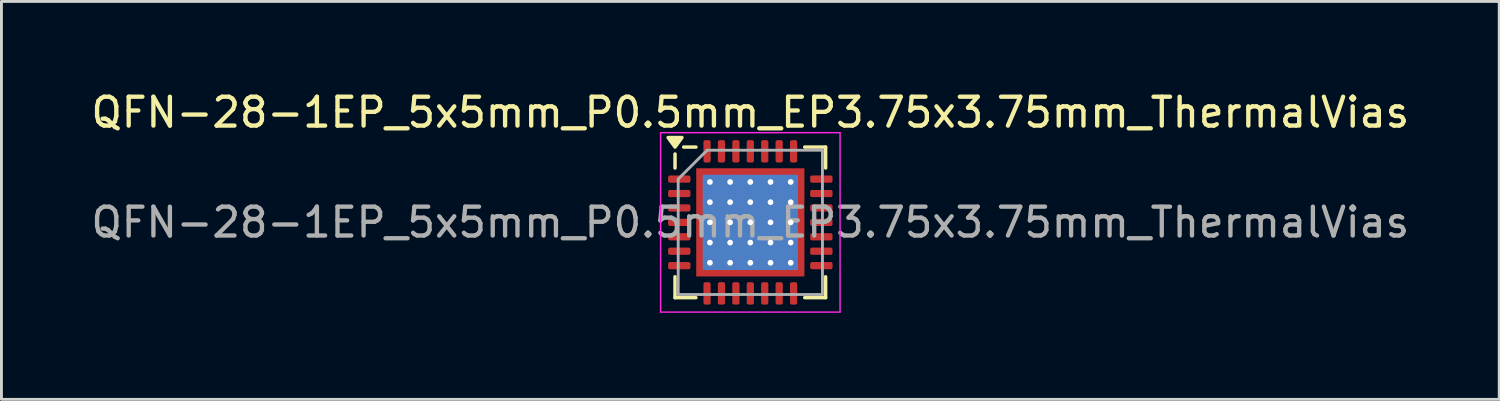
<source format=kicad_pcb>
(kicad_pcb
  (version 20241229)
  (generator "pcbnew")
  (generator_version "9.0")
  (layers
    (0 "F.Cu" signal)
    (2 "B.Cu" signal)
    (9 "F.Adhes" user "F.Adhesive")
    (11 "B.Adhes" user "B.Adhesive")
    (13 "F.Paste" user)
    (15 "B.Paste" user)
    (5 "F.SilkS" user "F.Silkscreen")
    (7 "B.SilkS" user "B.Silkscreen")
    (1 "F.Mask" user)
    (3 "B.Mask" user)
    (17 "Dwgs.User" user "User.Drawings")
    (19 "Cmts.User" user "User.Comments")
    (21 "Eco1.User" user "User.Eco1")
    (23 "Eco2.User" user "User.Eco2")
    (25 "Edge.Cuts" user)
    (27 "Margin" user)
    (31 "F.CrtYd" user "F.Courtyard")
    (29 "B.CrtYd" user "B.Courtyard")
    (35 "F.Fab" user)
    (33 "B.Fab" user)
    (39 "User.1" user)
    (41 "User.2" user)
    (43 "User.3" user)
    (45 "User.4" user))
  (footprint "QFN-28-1EP_5x5mm_P0.5mm_EP3.75x3.75mm_ThermalVias"
    (layer "F.Cu")
    (at 22.958 4.658)
    (property "Reference" "QFN-28-1EP_5x5mm_P0.5mm_EP3.75x3.75mm_ThermalVias" (at 0 -3.81 0) (layer "F.SilkS") (effects (font (size 1 1) (thickness 0.15))))
    (attr smd)
    (fp_line (start -2.61 -1.885) (end -2.61 -2.37) (stroke (width 0.12) (type solid)) (layer "F.SilkS"))
    (fp_line (start -2.61 2.61) (end -2.61 1.885) (stroke (width 0.12) (type solid)) (layer "F.SilkS"))
    (fp_line (start -1.885 -2.61) (end -2.31 -2.61) (stroke (width 0.12) (type solid)) (layer "F.SilkS"))
    (fp_line (start -1.885 2.61) (end -2.61 2.61) (stroke (width 0.12) (type solid)) (layer "F.SilkS"))
    (fp_line (start 1.885 -2.61) (end 2.61 -2.61) (stroke (width 0.12) (type solid)) (layer "F.SilkS"))
    (fp_line (start 1.885 2.61) (end 2.61 2.61) (stroke (width 0.12) (type solid)) (layer "F.SilkS"))
    (fp_line (start 2.61 -2.61) (end 2.61 -1.885) (stroke (width 0.12) (type solid)) (layer "F.SilkS"))
    (fp_line (start 2.61 2.61) (end 2.61 1.885) (stroke (width 0.12) (type solid)) (layer "F.SilkS"))
    (fp_poly (pts (xy -2.61 -2.61) (xy -2.85 -2.94) (xy -2.37 -2.94) (xy -2.61 -2.61)) (stroke (width 0.12) (type solid)) (fill yes) (layer "F.SilkS"))
    (fp_line (start -3.11 -3.11) (end -3.11 3.11) (stroke (width 0.05) (type solid)) (layer "F.CrtYd"))
    (fp_line (start -3.11 3.11) (end 3.11 3.11) (stroke (width 0.05) (type solid)) (layer "F.CrtYd"))
    (fp_line (start 3.11 -3.11) (end -3.11 -3.11) (stroke (width 0.05) (type solid)) (layer "F.CrtYd"))
    (fp_line (start 3.11 3.11) (end 3.11 -3.11) (stroke (width 0.05) (type solid)) (layer "F.CrtYd"))
    (fp_line (start -2.5 -1.5) (end -1.5 -2.5) (stroke (width 0.1) (type solid)) (layer "F.Fab"))
    (fp_line (start -2.5 2.5) (end -2.5 -1.5) (stroke (width 0.1) (type solid)) (layer "F.Fab"))
    (fp_line (start -1.5 -2.5) (end 2.5 -2.5) (stroke (width 0.1) (type solid)) (layer "F.Fab"))
    (fp_line (start 2.5 -2.5) (end 2.5 2.5) (stroke (width 0.1) (type solid)) (layer "F.Fab"))
    (fp_line (start 2.5 2.5) (end -2.5 2.5) (stroke (width 0.1) (type solid)) (layer "F.Fab"))
    (fp_text user "${REFERENCE}" (at 0 0 0) (layer "F.Fab") (effects (font (size 1 1) (thickness 0.15))))
    (pad "" smd custom (at -1.637 -1.637) (size 0.248 0.248) (layers "F.Paste") (options (anchor circle)) (primitives (gr_poly (pts (xy -0.096 -0.096) (xy 0.096 -0.096) (xy 0.096 -0.039) (xy -0.039 0.096) (xy -0.096 0.096)) (width 0.191) (fill yes))))
    (pad "" smd custom (at -1.637 -1.05) (size 0.263 0.263) (layers "F.Paste") (options (anchor circle)) (primitives (gr_poly (pts (xy -0.096 -0.186) (xy -0.017 -0.186) (xy 0.096 -0.074) (xy 0.096 0.074) (xy -0.017 0.186) (xy -0.096 0.186)) (width 0.191) (fill yes))))
    (pad "" smd custom (at -1.637 -0.35) (size 0.263 0.263) (layers "F.Paste") (options (anchor circle)) (primitives (gr_poly (pts (xy -0.096 -0.186) (xy -0.017 -0.186) (xy 0.096 -0.074) (xy 0.096 0.074) (xy -0.017 0.186) (xy -0.096 0.186)) (width 0.191) (fill yes))))
    (pad "" smd custom (at -1.637 0.35) (size 0.263 0.263) (layers "F.Paste") (options (anchor circle)) (primitives (gr_poly (pts (xy -0.096 -0.186) (xy -0.017 -0.186) (xy 0.096 -0.074) (xy 0.096 0.074) (xy -0.017 0.186) (xy -0.096 0.186)) (width 0.191) (fill yes))))
    (pad "" smd custom (at -1.637 1.05) (size 0.263 0.263) (layers "F.Paste") (options (anchor circle)) (primitives (gr_poly (pts (xy -0.096 -0.186) (xy -0.017 -0.186) (xy 0.096 -0.074) (xy 0.096 0.074) (xy -0.017 0.186) (xy -0.096 0.186)) (width 0.191) (fill yes))))
    (pad "" smd custom (at -1.637 1.637) (size 0.248 0.248) (layers "F.Paste") (options (anchor circle)) (primitives (gr_poly (pts (xy -0.096 -0.096) (xy -0.039 -0.096) (xy 0.096 0.039) (xy 0.096 0.096) (xy -0.096 0.096)) (width 0.191) (fill yes))))
    (pad "" smd custom (at -1.05 -1.637) (size 0.263 0.263) (layers "F.Paste") (options (anchor circle)) (primitives (gr_poly (pts (xy -0.186 -0.096) (xy 0.186 -0.096) (xy 0.186 -0.017) (xy 0.074 0.096) (xy -0.074 0.096) (xy -0.186 -0.017)) (width 0.191) (fill yes))))
    (pad "" smd custom (at -1.05 -1.05) (size 0.46 0.46) (layers "F.Paste") (options (anchor circle)) (primitives (gr_poly (pts (xy -0.178 -0.092) (xy -0.092 -0.178) (xy 0.092 -0.178) (xy 0.178 -0.092) (xy 0.178 0.092) (xy 0.092 0.178) (xy -0.092 0.178) (xy -0.178 0.092)) (width 0.208) (fill yes))))
    (pad "" smd custom (at -1.05 -0.35) (size 0.46 0.46) (layers "F.Paste") (options (anchor circle)) (primitives (gr_poly (pts (xy -0.178 -0.092) (xy -0.092 -0.178) (xy 0.092 -0.178) (xy 0.178 -0.092) (xy 0.178 0.092) (xy 0.092 0.178) (xy -0.092 0.178) (xy -0.178 0.092)) (width 0.208) (fill yes))))
    (pad "" smd custom (at -1.05 0.35) (size 0.46 0.46) (layers "F.Paste") (options (anchor circle)) (primitives (gr_poly (pts (xy -0.178 -0.092) (xy -0.092 -0.178) (xy 0.092 -0.178) (xy 0.178 -0.092) (xy 0.178 0.092) (xy 0.092 0.178) (xy -0.092 0.178) (xy -0.178 0.092)) (width 0.208) (fill yes))))
    (pad "" smd custom (at -1.05 1.05) (size 0.46 0.46) (layers "F.Paste") (options (anchor circle)) (primitives (gr_poly (pts (xy -0.178 -0.092) (xy -0.092 -0.178) (xy 0.092 -0.178) (xy 0.178 -0.092) (xy 0.178 0.092) (xy 0.092 0.178) (xy -0.092 0.178) (xy -0.178 0.092)) (width 0.208) (fill yes))))
    (pad "" smd custom (at -1.05 1.637) (size 0.263 0.263) (layers "F.Paste") (options (anchor circle)) (primitives (gr_poly (pts (xy -0.186 0.017) (xy -0.074 -0.096) (xy 0.074 -0.096) (xy 0.186 0.017) (xy 0.186 0.096) (xy -0.186 0.096)) (width 0.191) (fill yes))))
    (pad "" smd custom (at -0.35 -1.637) (size 0.263 0.263) (layers "F.Paste") (options (anchor circle)) (primitives (gr_poly (pts (xy -0.186 -0.096) (xy 0.186 -0.096) (xy 0.186 -0.017) (xy 0.074 0.096) (xy -0.074 0.096) (xy -0.186 -0.017)) (width 0.191) (fill yes))))
    (pad "" smd custom (at -0.35 -1.05) (size 0.46 0.46) (layers "F.Paste") (options (anchor circle)) (primitives (gr_poly (pts (xy -0.178 -0.092) (xy -0.092 -0.178) (xy 0.092 -0.178) (xy 0.178 -0.092) (xy 0.178 0.092) (xy 0.092 0.178) (xy -0.092 0.178) (xy -0.178 0.092)) (width 0.208) (fill yes))))
    (pad "" smd custom (at -0.35 -0.35) (size 0.46 0.46) (layers "F.Paste") (options (anchor circle)) (primitives (gr_poly (pts (xy -0.178 -0.092) (xy -0.092 -0.178) (xy 0.092 -0.178) (xy 0.178 -0.092) (xy 0.178 0.092) (xy 0.092 0.178) (xy -0.092 0.178) (xy -0.178 0.092)) (width 0.208) (fill yes))))
    (pad "" smd custom (at -0.35 0.35) (size 0.46 0.46) (layers "F.Paste") (options (anchor circle)) (primitives (gr_poly (pts (xy -0.178 -0.092) (xy -0.092 -0.178) (xy 0.092 -0.178) (xy 0.178 -0.092) (xy 0.178 0.092) (xy 0.092 0.178) (xy -0.092 0.178) (xy -0.178 0.092)) (width 0.208) (fill yes))))
    (pad "" smd custom (at -0.35 1.05) (size 0.46 0.46) (layers "F.Paste") (options (anchor circle)) (primitives (gr_poly (pts (xy -0.178 -0.092) (xy -0.092 -0.178) (xy 0.092 -0.178) (xy 0.178 -0.092) (xy 0.178 0.092) (xy 0.092 0.178) (xy -0.092 0.178) (xy -0.178 0.092)) (width 0.208) (fill yes))))
    (pad "" smd custom (at -0.35 1.637) (size 0.263 0.263) (layers "F.Paste") (options (anchor circle)) (primitives (gr_poly (pts (xy -0.186 0.017) (xy -0.074 -0.096) (xy 0.074 -0.096) (xy 0.186 0.017) (xy 0.186 0.096) (xy -0.186 0.096)) (width 0.191) (fill yes))))
    (pad "" smd custom (at 0.35 -1.637) (size 0.263 0.263) (layers "F.Paste") (options (anchor circle)) (primitives (gr_poly (pts (xy -0.186 -0.096) (xy 0.186 -0.096) (xy 0.186 -0.017) (xy 0.074 0.096) (xy -0.074 0.096) (xy -0.186 -0.017)) (width 0.191) (fill yes))))
    (pad "" smd custom (at 0.35 -1.05) (size 0.46 0.46) (layers "F.Paste") (options (anchor circle)) (primitives (gr_poly (pts (xy -0.178 -0.092) (xy -0.092 -0.178) (xy 0.092 -0.178) (xy 0.178 -0.092) (xy 0.178 0.092) (xy 0.092 0.178) (xy -0.092 0.178) (xy -0.178 0.092)) (width 0.208) (fill yes))))
    (pad "" smd custom (at 0.35 -0.35) (size 0.46 0.46) (layers "F.Paste") (options (anchor circle)) (primitives (gr_poly (pts (xy -0.178 -0.092) (xy -0.092 -0.178) (xy 0.092 -0.178) (xy 0.178 -0.092) (xy 0.178 0.092) (xy 0.092 0.178) (xy -0.092 0.178) (xy -0.178 0.092)) (width 0.208) (fill yes))))
    (pad "" smd custom (at 0.35 0.35) (size 0.46 0.46) (layers "F.Paste") (options (anchor circle)) (primitives (gr_poly (pts (xy -0.178 -0.092) (xy -0.092 -0.178) (xy 0.092 -0.178) (xy 0.178 -0.092) (xy 0.178 0.092) (xy 0.092 0.178) (xy -0.092 0.178) (xy -0.178 0.092)) (width 0.208) (fill yes))))
    (pad "" smd custom (at 0.35 1.05) (size 0.46 0.46) (layers "F.Paste") (options (anchor circle)) (primitives (gr_poly (pts (xy -0.178 -0.092) (xy -0.092 -0.178) (xy 0.092 -0.178) (xy 0.178 -0.092) (xy 0.178 0.092) (xy 0.092 0.178) (xy -0.092 0.178) (xy -0.178 0.092)) (width 0.208) (fill yes))))
    (pad "" smd custom (at 0.35 1.637) (size 0.263 0.263) (layers "F.Paste") (options (anchor circle)) (primitives (gr_poly (pts (xy -0.186 0.017) (xy -0.074 -0.096) (xy 0.074 -0.096) (xy 0.186 0.017) (xy 0.186 0.096) (xy -0.186 0.096)) (width 0.191) (fill yes))))
    (pad "" smd custom (at 1.05 -1.637) (size 0.263 0.263) (layers "F.Paste") (options (anchor circle)) (primitives (gr_poly (pts (xy -0.186 -0.096) (xy 0.186 -0.096) (xy 0.186 -0.017) (xy 0.074 0.096) (xy -0.074 0.096) (xy -0.186 -0.017)) (width 0.191) (fill yes))))
    (pad "" smd custom (at 1.05 -1.05) (size 0.46 0.46) (layers "F.Paste") (options (anchor circle)) (primitives (gr_poly (pts (xy -0.178 -0.092) (xy -0.092 -0.178) (xy 0.092 -0.178) (xy 0.178 -0.092) (xy 0.178 0.092) (xy 0.092 0.178) (xy -0.092 0.178) (xy -0.178 0.092)) (width 0.208) (fill yes))))
    (pad "" smd custom (at 1.05 -0.35) (size 0.46 0.46) (layers "F.Paste") (options (anchor circle)) (primitives (gr_poly (pts (xy -0.178 -0.092) (xy -0.092 -0.178) (xy 0.092 -0.178) (xy 0.178 -0.092) (xy 0.178 0.092) (xy 0.092 0.178) (xy -0.092 0.178) (xy -0.178 0.092)) (width 0.208) (fill yes))))
    (pad "" smd custom (at 1.05 0.35) (size 0.46 0.46) (layers "F.Paste") (options (anchor circle)) (primitives (gr_poly (pts (xy -0.178 -0.092) (xy -0.092 -0.178) (xy 0.092 -0.178) (xy 0.178 -0.092) (xy 0.178 0.092) (xy 0.092 0.178) (xy -0.092 0.178) (xy -0.178 0.092)) (width 0.208) (fill yes))))
    (pad "" smd custom (at 1.05 1.05) (size 0.46 0.46) (layers "F.Paste") (options (anchor circle)) (primitives (gr_poly (pts (xy -0.178 -0.092) (xy -0.092 -0.178) (xy 0.092 -0.178) (xy 0.178 -0.092) (xy 0.178 0.092) (xy 0.092 0.178) (xy -0.092 0.178) (xy -0.178 0.092)) (width 0.208) (fill yes))))
    (pad "" smd custom (at 1.05 1.637) (size 0.263 0.263) (layers "F.Paste") (options (anchor circle)) (primitives (gr_poly (pts (xy -0.186 0.017) (xy -0.074 -0.096) (xy 0.074 -0.096) (xy 0.186 0.017) (xy 0.186 0.096) (xy -0.186 0.096)) (width 0.191) (fill yes))))
    (pad "" smd custom (at 1.637 -1.637) (size 0.248 0.248) (layers "F.Paste") (options (anchor circle)) (primitives (gr_poly (pts (xy -0.096 -0.096) (xy 0.096 -0.096) (xy 0.096 0.096) (xy 0.039 0.096) (xy -0.096 -0.039)) (width 0.191) (fill yes))))
    (pad "" smd custom (at 1.637 -1.05) (size 0.263 0.263) (layers "F.Paste") (options (anchor circle)) (primitives (gr_poly (pts (xy -0.096 -0.074) (xy 0.017 -0.186) (xy 0.096 -0.186) (xy 0.096 0.186) (xy 0.017 0.186) (xy -0.096 0.074)) (width 0.191) (fill yes))))
    (pad "" smd custom (at 1.637 -0.35) (size 0.263 0.263) (layers "F.Paste") (options (anchor circle)) (primitives (gr_poly (pts (xy -0.096 -0.074) (xy 0.017 -0.186) (xy 0.096 -0.186) (xy 0.096 0.186) (xy 0.017 0.186) (xy -0.096 0.074)) (width 0.191) (fill yes))))
    (pad "" smd custom (at 1.637 0.35) (size 0.263 0.263) (layers "F.Paste") (options (anchor circle)) (primitives (gr_poly (pts (xy -0.096 -0.074) (xy 0.017 -0.186) (xy 0.096 -0.186) (xy 0.096 0.186) (xy 0.017 0.186) (xy -0.096 0.074)) (width 0.191) (fill yes))))
    (pad "" smd custom (at 1.637 1.05) (size 0.263 0.263) (layers "F.Paste") (options (anchor circle)) (primitives (gr_poly (pts (xy -0.096 -0.074) (xy 0.017 -0.186) (xy 0.096 -0.186) (xy 0.096 0.186) (xy 0.017 0.186) (xy -0.096 0.074)) (width 0.191) (fill yes))))
    (pad "" smd custom (at 1.637 1.637) (size 0.248 0.248) (layers "F.Paste") (options (anchor circle)) (primitives (gr_poly (pts (xy -0.096 0.039) (xy 0.039 -0.096) (xy 0.096 -0.096) (xy 0.096 0.096) (xy -0.096 0.096)) (width 0.191) (fill yes))))
    (pad "1" smd roundrect (at -2.462 -1.5) (size 0.775 0.25) (layers "F.Cu" "F.Mask" "F.Paste") (roundrect_rratio 0.25))
    (pad "2" smd roundrect (at -2.462 -1) (size 0.775 0.25) (layers "F.Cu" "F.Mask" "F.Paste") (roundrect_rratio 0.25))
    (pad "3" smd roundrect (at -2.462 -0.5) (size 0.775 0.25) (layers "F.Cu" "F.Mask" "F.Paste") (roundrect_rratio 0.25))
    (pad "4" smd roundrect (at -2.462 0) (size 0.775 0.25) (layers "F.Cu" "F.Mask" "F.Paste") (roundrect_rratio 0.25))
    (pad "5" smd roundrect (at -2.462 0.5) (size 0.775 0.25) (layers "F.Cu" "F.Mask" "F.Paste") (roundrect_rratio 0.25))
    (pad "6" smd roundrect (at -2.462 1) (size 0.775 0.25) (layers "F.Cu" "F.Mask" "F.Paste") (roundrect_rratio 0.25))
    (pad "7" smd roundrect (at -2.462 1.5) (size 0.775 0.25) (layers "F.Cu" "F.Mask" "F.Paste") (roundrect_rratio 0.25))
    (pad "8" smd roundrect (at -1.5 2.462) (size 0.25 0.775) (layers "F.Cu" "F.Mask" "F.Paste") (roundrect_rratio 0.25))
    (pad "9" smd roundrect (at -1 2.462) (size 0.25 0.775) (layers "F.Cu" "F.Mask" "F.Paste") (roundrect_rratio 0.25))
    (pad "10" smd roundrect (at -0.5 2.462) (size 0.25 0.775) (layers "F.Cu" "F.Mask" "F.Paste") (roundrect_rratio 0.25))
    (pad "11" smd roundrect (at 0 2.462) (size 0.25 0.775) (layers "F.Cu" "F.Mask" "F.Paste") (roundrect_rratio 0.25))
    (pad "12" smd roundrect (at 0.5 2.462) (size 0.25 0.775) (layers "F.Cu" "F.Mask" "F.Paste") (roundrect_rratio 0.25))
    (pad "13" smd roundrect (at 1 2.462) (size 0.25 0.775) (layers "F.Cu" "F.Mask" "F.Paste") (roundrect_rratio 0.25))
    (pad "14" smd roundrect (at 1.5 2.462) (size 0.25 0.775) (layers "F.Cu" "F.Mask" "F.Paste") (roundrect_rratio 0.25))
    (pad "15" smd roundrect (at 2.462 1.5) (size 0.775 0.25) (layers "F.Cu" "F.Mask" "F.Paste") (roundrect_rratio 0.25))
    (pad "16" smd roundrect (at 2.462 1) (size 0.775 0.25) (layers "F.Cu" "F.Mask" "F.Paste") (roundrect_rratio 0.25))
    (pad "17" smd roundrect (at 2.462 0.5) (size 0.775 0.25) (layers "F.Cu" "F.Mask" "F.Paste") (roundrect_rratio 0.25))
    (pad "18" smd roundrect (at 2.462 0) (size 0.775 0.25) (layers "F.Cu" "F.Mask" "F.Paste") (roundrect_rratio 0.25))
    (pad "19" smd roundrect (at 2.462 -0.5) (size 0.775 0.25) (layers "F.Cu" "F.Mask" "F.Paste") (roundrect_rratio 0.25))
    (pad "20" smd roundrect (at 2.462 -1) (size 0.775 0.25) (layers "F.Cu" "F.Mask" "F.Paste") (roundrect_rratio 0.25))
    (pad "21" smd roundrect (at 2.462 -1.5) (size 0.775 0.25) (layers "F.Cu" "F.Mask" "F.Paste") (roundrect_rratio 0.25))
    (pad "22" smd roundrect (at 1.5 -2.462) (size 0.25 0.775) (layers "F.Cu" "F.Mask" "F.Paste") (roundrect_rratio 0.25))
    (pad "23" smd roundrect (at 1 -2.462) (size 0.25 0.775) (layers "F.Cu" "F.Mask" "F.Paste") (roundrect_rratio 0.25))
    (pad "24" smd roundrect (at 0.5 -2.462) (size 0.25 0.775) (layers "F.Cu" "F.Mask" "F.Paste") (roundrect_rratio 0.25))
    (pad "25" smd roundrect (at 0 -2.462) (size 0.25 0.775) (layers "F.Cu" "F.Mask" "F.Paste") (roundrect_rratio 0.25))
    (pad "26" smd roundrect (at -0.5 -2.462) (size 0.25 0.775) (layers "F.Cu" "F.Mask" "F.Paste") (roundrect_rratio 0.25))
    (pad "27" smd roundrect (at -1 -2.462) (size 0.25 0.775) (layers "F.Cu" "F.Mask" "F.Paste") (roundrect_rratio 0.25))
    (pad "28" smd roundrect (at -1.5 -2.462) (size 0.25 0.775) (layers "F.Cu" "F.Mask" "F.Paste") (roundrect_rratio 0.25))
    (pad "29" thru_hole circle (at -1.4 -1.4) (size 0.5 0.5) (drill 0.2) (property pad_prop_heatsink) (layers "*.Cu"))
    (pad "29" thru_hole circle (at -1.4 -0.7) (size 0.5 0.5) (drill 0.2) (property pad_prop_heatsink) (layers "*.Cu"))
    (pad "29" thru_hole circle (at -1.4 0) (size 0.5 0.5) (drill 0.2) (property pad_prop_heatsink) (layers "*.Cu"))
    (pad "29" thru_hole circle (at -1.4 0.7) (size 0.5 0.5) (drill 0.2) (property pad_prop_heatsink) (layers "*.Cu"))
    (pad "29" thru_hole circle (at -1.4 1.4) (size 0.5 0.5) (drill 0.2) (property pad_prop_heatsink) (layers "*.Cu"))
    (pad "29" thru_hole circle (at -0.7 -1.4) (size 0.5 0.5) (drill 0.2) (property pad_prop_heatsink) (layers "*.Cu"))
    (pad "29" thru_hole circle (at -0.7 -0.7) (size 0.5 0.5) (drill 0.2) (property pad_prop_heatsink) (layers "*.Cu"))
    (pad "29" thru_hole circle (at -0.7 0) (size 0.5 0.5) (drill 0.2) (property pad_prop_heatsink) (layers "*.Cu"))
    (pad "29" thru_hole circle (at -0.7 0.7) (size 0.5 0.5) (drill 0.2) (property pad_prop_heatsink) (layers "*.Cu"))
    (pad "29" thru_hole circle (at -0.7 1.4) (size 0.5 0.5) (drill 0.2) (property pad_prop_heatsink) (layers "*.Cu"))
    (pad "29" thru_hole circle (at 0 -1.4) (size 0.5 0.5) (drill 0.2) (property pad_prop_heatsink) (layers "*.Cu"))
    (pad "29" thru_hole circle (at 0 -0.7) (size 0.5 0.5) (drill 0.2) (property pad_prop_heatsink) (layers "*.Cu"))
    (pad "29" thru_hole circle (at 0 0) (size 0.5 0.5) (drill 0.2) (property pad_prop_heatsink) (layers "*.Cu"))
    (pad "29" smd rect (at 0 0) (size 3.3 3.3) (property pad_prop_heatsink) (layers "B.Cu"))
    (pad "29" smd rect (at 0 0) (size 3.75 3.75) (property pad_prop_heatsink) (layers "F.Cu" "F.Mask"))
    (pad "29" thru_hole circle (at 0 0.7) (size 0.5 0.5) (drill 0.2) (property pad_prop_heatsink) (layers "*.Cu"))
    (pad "29" thru_hole circle (at 0 1.4) (size 0.5 0.5) (drill 0.2) (property pad_prop_heatsink) (layers "*.Cu"))
    (pad "29" thru_hole circle (at 0.7 -1.4) (size 0.5 0.5) (drill 0.2) (property pad_prop_heatsink) (layers "*.Cu"))
    (pad "29" thru_hole circle (at 0.7 -0.7) (size 0.5 0.5) (drill 0.2) (property pad_prop_heatsink) (layers "*.Cu"))
    (pad "29" thru_hole circle (at 0.7 0) (size 0.5 0.5) (drill 0.2) (property pad_prop_heatsink) (layers "*.Cu"))
    (pad "29" thru_hole circle (at 0.7 0.7) (size 0.5 0.5) (drill 0.2) (property pad_prop_heatsink) (layers "*.Cu"))
    (pad "29" thru_hole circle (at 0.7 1.4) (size 0.5 0.5) (drill 0.2) (property pad_prop_heatsink) (layers "*.Cu"))
    (pad "29" thru_hole circle (at 1.4 -1.4) (size 0.5 0.5) (drill 0.2) (property pad_prop_heatsink) (layers "*.Cu"))
    (pad "29" thru_hole circle (at 1.4 -0.7) (size 0.5 0.5) (drill 0.2) (property pad_prop_heatsink) (layers "*.Cu"))
    (pad "29" thru_hole circle (at 1.4 0) (size 0.5 0.5) (drill 0.2) (property pad_prop_heatsink) (layers "*.Cu"))
    (pad "29" thru_hole circle (at 1.4 0.7) (size 0.5 0.5) (drill 0.2) (property pad_prop_heatsink) (layers "*.Cu"))
    (pad "29" thru_hole circle (at 1.4 1.4) (size 0.5 0.5) (drill 0.2) (property pad_prop_heatsink) (layers "*.Cu")))
  (gr_rect
    (start -3 -3)
    (end 48.917 10.793)
    (stroke (width 0.1) (type default))
    (fill no)
    (layer "Edge.Cuts")))
</source>
